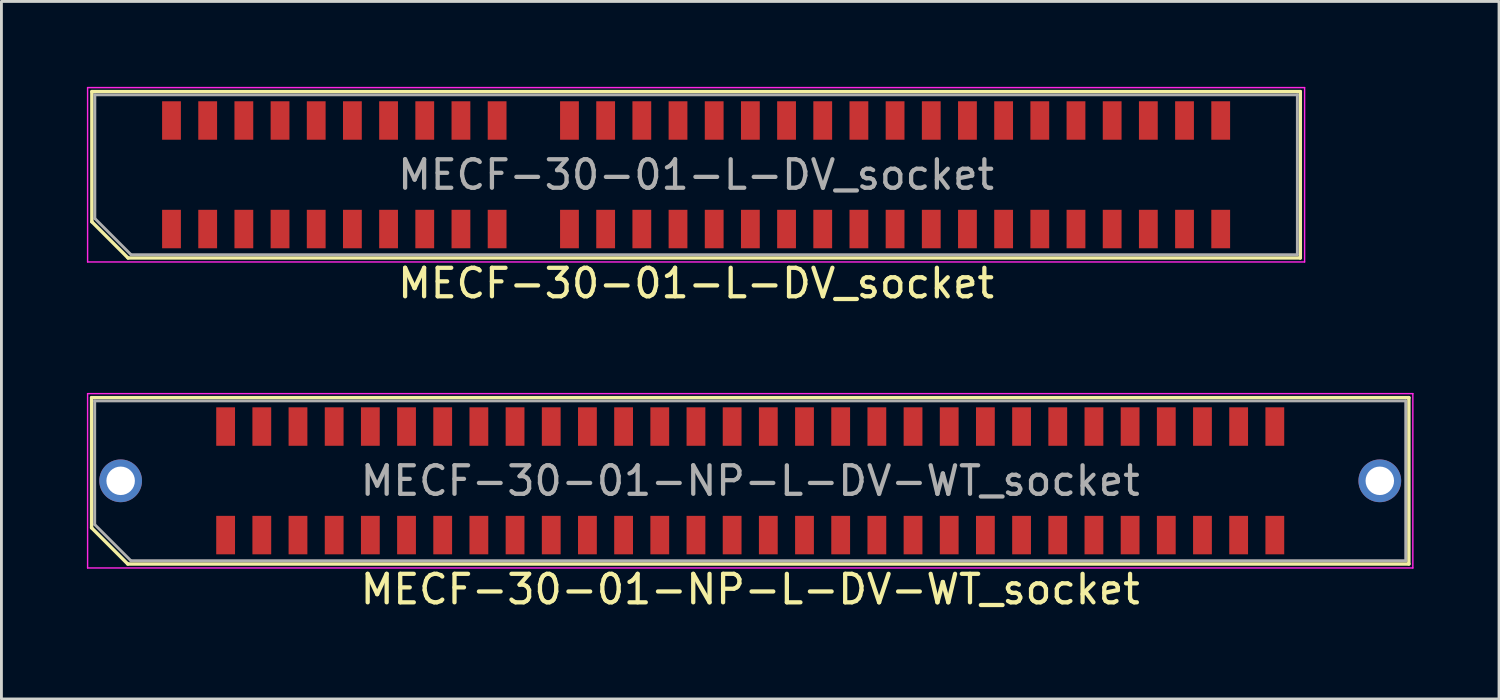
<source format=kicad_pcb>
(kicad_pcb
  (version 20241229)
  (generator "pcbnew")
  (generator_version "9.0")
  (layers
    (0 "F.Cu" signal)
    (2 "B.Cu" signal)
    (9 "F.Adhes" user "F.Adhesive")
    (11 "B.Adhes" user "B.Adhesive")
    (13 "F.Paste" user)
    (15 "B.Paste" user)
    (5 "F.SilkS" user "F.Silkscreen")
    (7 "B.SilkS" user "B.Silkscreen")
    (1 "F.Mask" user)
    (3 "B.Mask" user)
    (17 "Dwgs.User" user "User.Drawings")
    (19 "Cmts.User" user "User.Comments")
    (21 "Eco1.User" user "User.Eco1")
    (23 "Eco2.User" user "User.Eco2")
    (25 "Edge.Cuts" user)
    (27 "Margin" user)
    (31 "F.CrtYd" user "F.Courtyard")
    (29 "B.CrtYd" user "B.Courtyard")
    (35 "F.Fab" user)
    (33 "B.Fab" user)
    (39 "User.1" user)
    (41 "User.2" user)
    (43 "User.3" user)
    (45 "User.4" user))
  (footprint "MECF-30-01-NP-L-DV-WT_socket"
    (layer "F.Cu")
    (at 23.285 13.828)
    (property "Reference" "MECF-30-01-NP-L-DV-WT_socket" (at 0 3.81 0) (layer "F.SilkS") (effects (font (size 1 1) (thickness 0.15))))
    (attr smd)
    (fp_line (start -23.12 -2.92) (end 23.12 -2.92) (stroke (width 0.12) (type solid)) (layer "F.SilkS"))
    (fp_line (start -23.12 1.65) (end -23.12 -2.92) (stroke (width 0.12) (type solid)) (layer "F.SilkS"))
    (fp_line (start -21.85 2.92) (end -23.12 1.65) (stroke (width 0.12) (type solid)) (layer "F.SilkS"))
    (fp_line (start -21.85 2.92) (end 23.12 2.92) (stroke (width 0.12) (type solid)) (layer "F.SilkS"))
    (fp_line (start 23.12 2.92) (end 23.12 -2.92) (stroke (width 0.12) (type solid)) (layer "F.SilkS"))
    (fp_line (start -23.26 -3.06) (end -23.26 3.06) (stroke (width 0.05) (type solid)) (layer "F.CrtYd"))
    (fp_line (start -23.26 3.06) (end 23.26 3.06) (stroke (width 0.05) (type solid)) (layer "F.CrtYd"))
    (fp_line (start 23.26 -3.06) (end -23.26 -3.06) (stroke (width 0.05) (type solid)) (layer "F.CrtYd"))
    (fp_line (start 23.26 3.06) (end 23.26 -3.06) (stroke (width 0.05) (type solid)) (layer "F.CrtYd"))
    (fp_line (start -23.01 -2.805) (end 23.01 -2.805) (stroke (width 0.1) (type solid)) (layer "F.Fab"))
    (fp_line (start -23.01 1.535) (end -23.01 -2.805) (stroke (width 0.1) (type solid)) (layer "F.Fab"))
    (fp_line (start -23.01 1.535) (end -21.74 2.805) (stroke (width 0.1) (type solid)) (layer "F.Fab"))
    (fp_line (start -21.74 2.805) (end 23.01 2.805) (stroke (width 0.1) (type solid)) (layer "F.Fab"))
    (fp_line (start 23.01 2.805) (end 23.01 -2.805) (stroke (width 0.1) (type solid)) (layer "F.Fab"))
    (fp_text user "${REFERENCE}" (at 0 0 0) (layer "F.Fab") (effects (font (size 1 1) (thickness 0.15))))
    (pad "" thru_hole circle (at -22.1 0) (size 1.5 1.5) (drill 1) (layers "*.Cu" "*.Mask"))
    (pad "" np_thru_hole circle (at -20.195 0) (size 0.001 0.001) (drill 1.45) (layers "*.Cu" "*.Mask"))
    (pad "" np_thru_hole circle (at 20.195 1) (size 0.001 0.001) (drill 1.45) (layers "*.Cu" "*.Mask"))
    (pad "" thru_hole circle (at 22.1 0) (size 1.5 1.5) (drill 1) (layers "*.Cu" "*.Mask"))
    (pad "1" smd rect (at -18.415 1.905) (size 0.66 1.35) (layers "F.Cu" "F.Mask" "F.Paste"))
    (pad "2" smd rect (at -18.415 -1.905) (size 0.66 1.35) (layers "F.Cu" "F.Mask" "F.Paste"))
    (pad "3" smd rect (at -17.145 1.905) (size 0.66 1.35) (layers "F.Cu" "F.Mask" "F.Paste"))
    (pad "4" smd rect (at -17.145 -1.905) (size 0.66 1.35) (layers "F.Cu" "F.Mask" "F.Paste"))
    (pad "5" smd rect (at -15.875 1.905) (size 0.66 1.35) (layers "F.Cu" "F.Mask" "F.Paste"))
    (pad "6" smd rect (at -15.875 -1.905) (size 0.66 1.35) (layers "F.Cu" "F.Mask" "F.Paste"))
    (pad "7" smd rect (at -14.605 1.905) (size 0.66 1.35) (layers "F.Cu" "F.Mask" "F.Paste"))
    (pad "8" smd rect (at -14.605 -1.905) (size 0.66 1.35) (layers "F.Cu" "F.Mask" "F.Paste"))
    (pad "9" smd rect (at -13.335 1.905) (size 0.66 1.35) (layers "F.Cu" "F.Mask" "F.Paste"))
    (pad "10" smd rect (at -13.335 -1.905) (size 0.66 1.35) (layers "F.Cu" "F.Mask" "F.Paste"))
    (pad "11" smd rect (at -12.065 1.905) (size 0.66 1.35) (layers "F.Cu" "F.Mask" "F.Paste"))
    (pad "12" smd rect (at -12.065 -1.905) (size 0.66 1.35) (layers "F.Cu" "F.Mask" "F.Paste"))
    (pad "13" smd rect (at -10.795 1.905) (size 0.66 1.35) (layers "F.Cu" "F.Mask" "F.Paste"))
    (pad "14" smd rect (at -10.795 -1.905) (size 0.66 1.35) (layers "F.Cu" "F.Mask" "F.Paste"))
    (pad "15" smd rect (at -9.525 1.905) (size 0.66 1.35) (layers "F.Cu" "F.Mask" "F.Paste"))
    (pad "16" smd rect (at -9.525 -1.905) (size 0.66 1.35) (layers "F.Cu" "F.Mask" "F.Paste"))
    (pad "17" smd rect (at -8.255 1.905) (size 0.66 1.35) (layers "F.Cu" "F.Mask" "F.Paste"))
    (pad "18" smd rect (at -8.255 -1.905) (size 0.66 1.35) (layers "F.Cu" "F.Mask" "F.Paste"))
    (pad "19" smd rect (at -6.985 1.905) (size 0.66 1.35) (layers "F.Cu" "F.Mask" "F.Paste"))
    (pad "20" smd rect (at -6.985 -1.905) (size 0.66 1.35) (layers "F.Cu" "F.Mask" "F.Paste"))
    (pad "21" smd rect (at -5.715 1.905) (size 0.66 1.35) (layers "F.Cu" "F.Mask" "F.Paste"))
    (pad "22" smd rect (at -5.715 -1.905) (size 0.66 1.35) (layers "F.Cu" "F.Mask" "F.Paste"))
    (pad "23" smd rect (at -4.445 1.905) (size 0.66 1.35) (layers "F.Cu" "F.Mask" "F.Paste"))
    (pad "24" smd rect (at -4.445 -1.905) (size 0.66 1.35) (layers "F.Cu" "F.Mask" "F.Paste"))
    (pad "25" smd rect (at -3.175 1.905) (size 0.66 1.35) (layers "F.Cu" "F.Mask" "F.Paste"))
    (pad "26" smd rect (at -3.175 -1.905) (size 0.66 1.35) (layers "F.Cu" "F.Mask" "F.Paste"))
    (pad "27" smd rect (at -1.905 1.905) (size 0.66 1.35) (layers "F.Cu" "F.Mask" "F.Paste"))
    (pad "28" smd rect (at -1.905 -1.905) (size 0.66 1.35) (layers "F.Cu" "F.Mask" "F.Paste"))
    (pad "29" smd rect (at -0.635 1.905) (size 0.66 1.35) (layers "F.Cu" "F.Mask" "F.Paste"))
    (pad "30" smd rect (at -0.635 -1.905) (size 0.66 1.35) (layers "F.Cu" "F.Mask" "F.Paste"))
    (pad "31" smd rect (at 0.635 1.905) (size 0.66 1.35) (layers "F.Cu" "F.Mask" "F.Paste"))
    (pad "32" smd rect (at 0.635 -1.905) (size 0.66 1.35) (layers "F.Cu" "F.Mask" "F.Paste"))
    (pad "33" smd rect (at 1.905 1.905) (size 0.66 1.35) (layers "F.Cu" "F.Mask" "F.Paste"))
    (pad "34" smd rect (at 1.905 -1.905) (size 0.66 1.35) (layers "F.Cu" "F.Mask" "F.Paste"))
    (pad "35" smd rect (at 3.175 1.905) (size 0.66 1.35) (layers "F.Cu" "F.Mask" "F.Paste"))
    (pad "36" smd rect (at 3.175 -1.905) (size 0.66 1.35) (layers "F.Cu" "F.Mask" "F.Paste"))
    (pad "37" smd rect (at 4.445 1.905) (size 0.66 1.35) (layers "F.Cu" "F.Mask" "F.Paste"))
    (pad "38" smd rect (at 4.445 -1.905) (size 0.66 1.35) (layers "F.Cu" "F.Mask" "F.Paste"))
    (pad "39" smd rect (at 5.715 1.905) (size 0.66 1.35) (layers "F.Cu" "F.Mask" "F.Paste"))
    (pad "40" smd rect (at 5.715 -1.905) (size 0.66 1.35) (layers "F.Cu" "F.Mask" "F.Paste"))
    (pad "41" smd rect (at 6.985 1.905) (size 0.66 1.35) (layers "F.Cu" "F.Mask" "F.Paste"))
    (pad "42" smd rect (at 6.985 -1.905) (size 0.66 1.35) (layers "F.Cu" "F.Mask" "F.Paste"))
    (pad "43" smd rect (at 8.255 1.905) (size 0.66 1.35) (layers "F.Cu" "F.Mask" "F.Paste"))
    (pad "44" smd rect (at 8.255 -1.905) (size 0.66 1.35) (layers "F.Cu" "F.Mask" "F.Paste"))
    (pad "45" smd rect (at 9.525 1.905) (size 0.66 1.35) (layers "F.Cu" "F.Mask" "F.Paste"))
    (pad "46" smd rect (at 9.525 -1.905) (size 0.66 1.35) (layers "F.Cu" "F.Mask" "F.Paste"))
    (pad "47" smd rect (at 10.795 1.905) (size 0.66 1.35) (layers "F.Cu" "F.Mask" "F.Paste"))
    (pad "48" smd rect (at 10.795 -1.905) (size 0.66 1.35) (layers "F.Cu" "F.Mask" "F.Paste"))
    (pad "49" smd rect (at 12.065 1.905) (size 0.66 1.35) (layers "F.Cu" "F.Mask" "F.Paste"))
    (pad "50" smd rect (at 12.065 -1.905) (size 0.66 1.35) (layers "F.Cu" "F.Mask" "F.Paste"))
    (pad "51" smd rect (at 13.335 1.905) (size 0.66 1.35) (layers "F.Cu" "F.Mask" "F.Paste"))
    (pad "52" smd rect (at 13.335 -1.905) (size 0.66 1.35) (layers "F.Cu" "F.Mask" "F.Paste"))
    (pad "53" smd rect (at 14.605 1.905) (size 0.66 1.35) (layers "F.Cu" "F.Mask" "F.Paste"))
    (pad "54" smd rect (at 14.605 -1.905) (size 0.66 1.35) (layers "F.Cu" "F.Mask" "F.Paste"))
    (pad "55" smd rect (at 15.875 1.905) (size 0.66 1.35) (layers "F.Cu" "F.Mask" "F.Paste"))
    (pad "56" smd rect (at 15.875 -1.905) (size 0.66 1.35) (layers "F.Cu" "F.Mask" "F.Paste"))
    (pad "57" smd rect (at 17.145 1.905) (size 0.66 1.35) (layers "F.Cu" "F.Mask" "F.Paste"))
    (pad "58" smd rect (at 17.145 -1.905) (size 0.66 1.35) (layers "F.Cu" "F.Mask" "F.Paste"))
    (pad "59" smd rect (at 18.415 1.905) (size 0.66 1.35) (layers "F.Cu" "F.Mask" "F.Paste"))
    (pad "60" smd rect (at 18.415 -1.905) (size 0.66 1.35) (layers "F.Cu" "F.Mask" "F.Paste")))
  (footprint "MECF-30-01-L-DV_socket"
    (layer "F.Cu")
    (at 21.385 3.085)
    (property "Reference" "MECF-30-01-L-DV_socket" (at 0 3.81 0) (layer "F.SilkS") (effects (font (size 1 1) (thickness 0.15))))
    (attr smd)
    (fp_line (start -21.21 -2.92) (end 21.21 -2.92) (stroke (width 0.12) (type solid)) (layer "F.SilkS"))
    (fp_line (start -21.21 1.65) (end -21.21 -2.92) (stroke (width 0.12) (type solid)) (layer "F.SilkS"))
    (fp_line (start -19.94 2.92) (end -21.21 1.65) (stroke (width 0.12) (type solid)) (layer "F.SilkS"))
    (fp_line (start -19.94 2.92) (end 21.21 2.92) (stroke (width 0.12) (type solid)) (layer "F.SilkS"))
    (fp_line (start 21.21 2.92) (end 21.21 -2.92) (stroke (width 0.12) (type solid)) (layer "F.SilkS"))
    (fp_line (start -21.36 -3.06) (end -21.36 3.06) (stroke (width 0.05) (type solid)) (layer "F.CrtYd"))
    (fp_line (start -21.36 3.06) (end 21.36 3.06) (stroke (width 0.05) (type solid)) (layer "F.CrtYd"))
    (fp_line (start 21.36 -3.06) (end -21.36 -3.06) (stroke (width 0.05) (type solid)) (layer "F.CrtYd"))
    (fp_line (start 21.36 3.06) (end 21.36 -3.06) (stroke (width 0.05) (type solid)) (layer "F.CrtYd"))
    (fp_line (start -21.105 -2.805) (end 21.105 -2.805) (stroke (width 0.1) (type solid)) (layer "F.Fab"))
    (fp_line (start -21.105 1.535) (end -21.105 -2.805) (stroke (width 0.1) (type solid)) (layer "F.Fab"))
    (fp_line (start -21.105 1.535) (end -19.835 2.805) (stroke (width 0.1) (type solid)) (layer "F.Fab"))
    (fp_line (start -19.835 2.805) (end 21.105 2.805) (stroke (width 0.1) (type solid)) (layer "F.Fab"))
    (fp_line (start 21.105 2.805) (end 21.105 -2.805) (stroke (width 0.1) (type solid)) (layer "F.Fab"))
    (fp_text user "${REFERENCE}" (at 0 0 0) (layer "F.Fab") (effects (font (size 1 1) (thickness 0.15))))
    (pad "" np_thru_hole circle (at -20.195 0) (size 0.001 0.001) (drill 1.45) (layers "*.Cu" "*.Mask"))
    (pad "" np_thru_hole circle (at 20.195 1) (size 0.001 0.001) (drill 1.45) (layers "*.Cu" "*.Mask"))
    (pad "1" smd rect (at -18.415 1.905) (size 0.66 1.35) (layers "F.Cu" "F.Mask" "F.Paste"))
    (pad "2" smd rect (at -18.415 -1.905) (size 0.66 1.35) (layers "F.Cu" "F.Mask" "F.Paste"))
    (pad "3" smd rect (at -17.145 1.905) (size 0.66 1.35) (layers "F.Cu" "F.Mask" "F.Paste"))
    (pad "4" smd rect (at -17.145 -1.905) (size 0.66 1.35) (layers "F.Cu" "F.Mask" "F.Paste"))
    (pad "5" smd rect (at -15.875 1.905) (size 0.66 1.35) (layers "F.Cu" "F.Mask" "F.Paste"))
    (pad "6" smd rect (at -15.875 -1.905) (size 0.66 1.35) (layers "F.Cu" "F.Mask" "F.Paste"))
    (pad "7" smd rect (at -14.605 1.905) (size 0.66 1.35) (layers "F.Cu" "F.Mask" "F.Paste"))
    (pad "8" smd rect (at -14.605 -1.905) (size 0.66 1.35) (layers "F.Cu" "F.Mask" "F.Paste"))
    (pad "9" smd rect (at -13.335 1.905) (size 0.66 1.35) (layers "F.Cu" "F.Mask" "F.Paste"))
    (pad "10" smd rect (at -13.335 -1.905) (size 0.66 1.35) (layers "F.Cu" "F.Mask" "F.Paste"))
    (pad "11" smd rect (at -12.065 1.905) (size 0.66 1.35) (layers "F.Cu" "F.Mask" "F.Paste"))
    (pad "12" smd rect (at -12.065 -1.905) (size 0.66 1.35) (layers "F.Cu" "F.Mask" "F.Paste"))
    (pad "13" smd rect (at -10.795 1.905) (size 0.66 1.35) (layers "F.Cu" "F.Mask" "F.Paste"))
    (pad "14" smd rect (at -10.795 -1.905) (size 0.66 1.35) (layers "F.Cu" "F.Mask" "F.Paste"))
    (pad "15" smd rect (at -9.525 1.905) (size 0.66 1.35) (layers "F.Cu" "F.Mask" "F.Paste"))
    (pad "16" smd rect (at -9.525 -1.905) (size 0.66 1.35) (layers "F.Cu" "F.Mask" "F.Paste"))
    (pad "17" smd rect (at -8.255 1.905) (size 0.66 1.35) (layers "F.Cu" "F.Mask" "F.Paste"))
    (pad "18" smd rect (at -8.255 -1.905) (size 0.66 1.35) (layers "F.Cu" "F.Mask" "F.Paste"))
    (pad "19" smd rect (at -6.985 1.905) (size 0.66 1.35) (layers "F.Cu" "F.Mask" "F.Paste"))
    (pad "20" smd rect (at -6.985 -1.905) (size 0.66 1.35) (layers "F.Cu" "F.Mask" "F.Paste"))
    (pad "23" smd rect (at -4.445 1.905) (size 0.66 1.35) (layers "F.Cu" "F.Mask" "F.Paste"))
    (pad "24" smd rect (at -4.445 -1.905) (size 0.66 1.35) (layers "F.Cu" "F.Mask" "F.Paste"))
    (pad "25" smd rect (at -3.175 1.905) (size 0.66 1.35) (layers "F.Cu" "F.Mask" "F.Paste"))
    (pad "26" smd rect (at -3.175 -1.905) (size 0.66 1.35) (layers "F.Cu" "F.Mask" "F.Paste"))
    (pad "27" smd rect (at -1.905 1.905) (size 0.66 1.35) (layers "F.Cu" "F.Mask" "F.Paste"))
    (pad "28" smd rect (at -1.905 -1.905) (size 0.66 1.35) (layers "F.Cu" "F.Mask" "F.Paste"))
    (pad "29" smd rect (at -0.635 1.905) (size 0.66 1.35) (layers "F.Cu" "F.Mask" "F.Paste"))
    (pad "30" smd rect (at -0.635 -1.905) (size 0.66 1.35) (layers "F.Cu" "F.Mask" "F.Paste"))
    (pad "31" smd rect (at 0.635 1.905) (size 0.66 1.35) (layers "F.Cu" "F.Mask" "F.Paste"))
    (pad "32" smd rect (at 0.635 -1.905) (size 0.66 1.35) (layers "F.Cu" "F.Mask" "F.Paste"))
    (pad "33" smd rect (at 1.905 1.905) (size 0.66 1.35) (layers "F.Cu" "F.Mask" "F.Paste"))
    (pad "34" smd rect (at 1.905 -1.905) (size 0.66 1.35) (layers "F.Cu" "F.Mask" "F.Paste"))
    (pad "35" smd rect (at 3.175 1.905) (size 0.66 1.35) (layers "F.Cu" "F.Mask" "F.Paste"))
    (pad "36" smd rect (at 3.175 -1.905) (size 0.66 1.35) (layers "F.Cu" "F.Mask" "F.Paste"))
    (pad "37" smd rect (at 4.445 1.905) (size 0.66 1.35) (layers "F.Cu" "F.Mask" "F.Paste"))
    (pad "38" smd rect (at 4.445 -1.905) (size 0.66 1.35) (layers "F.Cu" "F.Mask" "F.Paste"))
    (pad "39" smd rect (at 5.715 1.905) (size 0.66 1.35) (layers "F.Cu" "F.Mask" "F.Paste"))
    (pad "40" smd rect (at 5.715 -1.905) (size 0.66 1.35) (layers "F.Cu" "F.Mask" "F.Paste"))
    (pad "41" smd rect (at 6.985 1.905) (size 0.66 1.35) (layers "F.Cu" "F.Mask" "F.Paste"))
    (pad "42" smd rect (at 6.985 -1.905) (size 0.66 1.35) (layers "F.Cu" "F.Mask" "F.Paste"))
    (pad "43" smd rect (at 8.255 1.905) (size 0.66 1.35) (layers "F.Cu" "F.Mask" "F.Paste"))
    (pad "44" smd rect (at 8.255 -1.905) (size 0.66 1.35) (layers "F.Cu" "F.Mask" "F.Paste"))
    (pad "45" smd rect (at 9.525 1.905) (size 0.66 1.35) (layers "F.Cu" "F.Mask" "F.Paste"))
    (pad "46" smd rect (at 9.525 -1.905) (size 0.66 1.35) (layers "F.Cu" "F.Mask" "F.Paste"))
    (pad "47" smd rect (at 10.795 1.905) (size 0.66 1.35) (layers "F.Cu" "F.Mask" "F.Paste"))
    (pad "48" smd rect (at 10.795 -1.905) (size 0.66 1.35) (layers "F.Cu" "F.Mask" "F.Paste"))
    (pad "49" smd rect (at 12.065 1.905) (size 0.66 1.35) (layers "F.Cu" "F.Mask" "F.Paste"))
    (pad "50" smd rect (at 12.065 -1.905) (size 0.66 1.35) (layers "F.Cu" "F.Mask" "F.Paste"))
    (pad "51" smd rect (at 13.335 1.905) (size 0.66 1.35) (layers "F.Cu" "F.Mask" "F.Paste"))
    (pad "52" smd rect (at 13.335 -1.905) (size 0.66 1.35) (layers "F.Cu" "F.Mask" "F.Paste"))
    (pad "53" smd rect (at 14.605 1.905) (size 0.66 1.35) (layers "F.Cu" "F.Mask" "F.Paste"))
    (pad "54" smd rect (at 14.605 -1.905) (size 0.66 1.35) (layers "F.Cu" "F.Mask" "F.Paste"))
    (pad "55" smd rect (at 15.875 1.905) (size 0.66 1.35) (layers "F.Cu" "F.Mask" "F.Paste"))
    (pad "56" smd rect (at 15.875 -1.905) (size 0.66 1.35) (layers "F.Cu" "F.Mask" "F.Paste"))
    (pad "57" smd rect (at 17.145 1.905) (size 0.66 1.35) (layers "F.Cu" "F.Mask" "F.Paste"))
    (pad "58" smd rect (at 17.145 -1.905) (size 0.66 1.35) (layers "F.Cu" "F.Mask" "F.Paste"))
    (pad "59" smd rect (at 18.415 1.905) (size 0.66 1.35) (layers "F.Cu" "F.Mask" "F.Paste"))
    (pad "60" smd rect (at 18.415 -1.905) (size 0.66 1.35) (layers "F.Cu" "F.Mask" "F.Paste")))
  (gr_rect
    (start -3 -3)
    (end 49.57 21.486)
    (stroke (width 0.1) (type default))
    (fill no)
    (layer "Edge.Cuts")))
</source>
